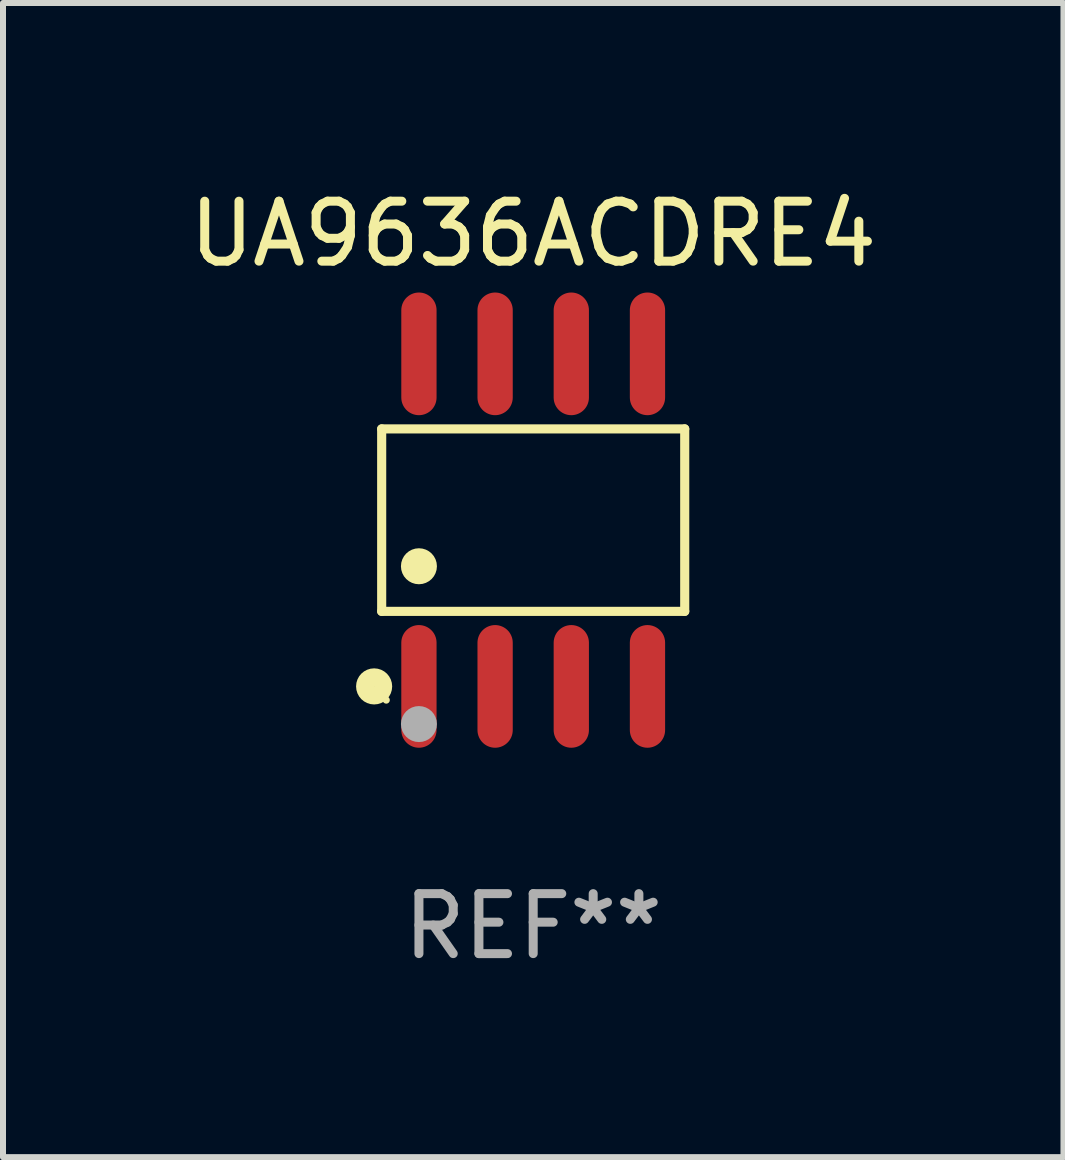
<source format=kicad_pcb>
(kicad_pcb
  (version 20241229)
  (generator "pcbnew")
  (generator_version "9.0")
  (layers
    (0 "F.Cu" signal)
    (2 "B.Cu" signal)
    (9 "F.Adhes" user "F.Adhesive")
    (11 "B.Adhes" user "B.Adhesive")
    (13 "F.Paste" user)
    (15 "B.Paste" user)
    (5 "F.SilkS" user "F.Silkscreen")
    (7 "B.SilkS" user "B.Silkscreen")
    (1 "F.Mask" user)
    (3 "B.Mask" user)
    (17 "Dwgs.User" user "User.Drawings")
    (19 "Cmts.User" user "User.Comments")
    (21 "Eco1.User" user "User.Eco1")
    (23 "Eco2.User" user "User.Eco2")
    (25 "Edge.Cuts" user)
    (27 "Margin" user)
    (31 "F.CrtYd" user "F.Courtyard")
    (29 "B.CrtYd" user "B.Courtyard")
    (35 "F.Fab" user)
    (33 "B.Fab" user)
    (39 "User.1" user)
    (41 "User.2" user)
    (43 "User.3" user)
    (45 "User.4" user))
  (footprint "UA9636ACDRE4"
    (layer "F.Cu")
    (at 5.839 5.621)
    (property "Reference" "UA9636ACDRE4" (at 0 -4.772 0) (layer "F.SilkS") (effects (font (size 1 1) (thickness 0.15))))
    (attr through_hole)
    (fp_line (start -2.526 -1.521) (end 2.526 -1.521) (stroke (width 0.152) (type solid)) (layer "F.SilkS"))
    (fp_line (start -2.526 1.521) (end -2.526 -1.521) (stroke (width 0.152) (type solid)) (layer "F.SilkS"))
    (fp_line (start 2.526 -1.521) (end 2.526 1.521) (stroke (width 0.152) (type solid)) (layer "F.SilkS"))
    (fp_line (start 2.526 1.521) (end -2.526 1.521) (stroke (width 0.152) (type solid)) (layer "F.SilkS"))
    (fp_circle (center -2.652 2.772) (end -2.501 2.772) (stroke (width 0.3) (type solid)) (fill no) (layer "F.SilkS"))
    (fp_circle (center -2.45 3) (end -2.42 3) (stroke (width 0.06) (type solid)) (fill no) (layer "F.SilkS"))
    (fp_circle (center -1.905 0.769) (end -1.755 0.769) (stroke (width 0.3) (type solid)) (fill no) (layer "F.SilkS"))
    (fp_circle (center -1.905 3.4) (end -1.755 3.4) (stroke (width 0.3) (type solid)) (fill no) (layer "F.Fab"))
    (fp_text user "REF**" (at 0 6.772 0) (layer "F.Fab") (effects (font (size 1 1) (thickness 0.15))))
    (pad "1" smd oval (at -1.905 2.772) (size 0.588 2.045) (layers "F.Cu" "F.Mask" "F.Paste"))
    (pad "2" smd oval (at -0.635 2.772) (size 0.588 2.045) (layers "F.Cu" "F.Mask" "F.Paste"))
    (pad "3" smd oval (at 0.635 2.772) (size 0.588 2.045) (layers "F.Cu" "F.Mask" "F.Paste"))
    (pad "4" smd oval (at 1.905 2.772) (size 0.588 2.045) (layers "F.Cu" "F.Mask" "F.Paste"))
    (pad "5" smd oval (at 1.905 -2.772) (size 0.588 2.045) (layers "F.Cu" "F.Mask" "F.Paste"))
    (pad "6" smd oval (at 0.635 -2.772) (size 0.588 2.045) (layers "F.Cu" "F.Mask" "F.Paste"))
    (pad "7" smd oval (at -0.635 -2.772) (size 0.588 2.045) (layers "F.Cu" "F.Mask" "F.Paste"))
    (pad "8" smd oval (at -1.905 -2.772) (size 0.588 2.045) (layers "F.Cu" "F.Mask" "F.Paste")))
  (gr_rect
    (start -3 -3)
    (end 14.679 16.241)
    (stroke (width 0.1) (type default))
    (fill no)
    (layer "Edge.Cuts")))
</source>
